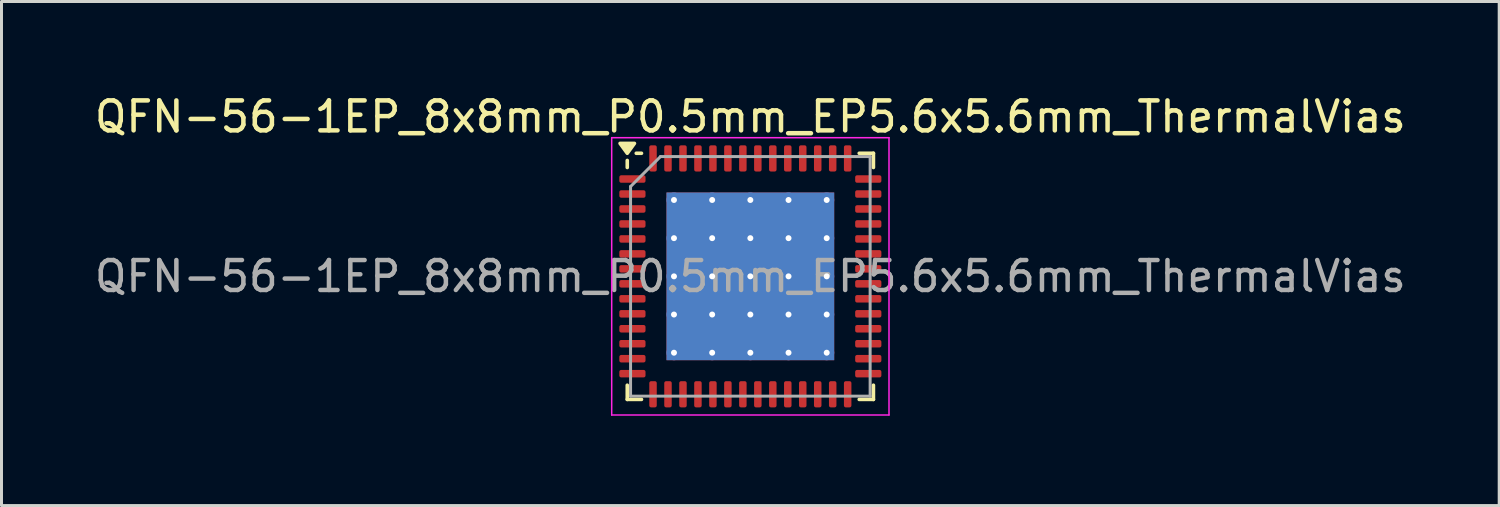
<source format=kicad_pcb>
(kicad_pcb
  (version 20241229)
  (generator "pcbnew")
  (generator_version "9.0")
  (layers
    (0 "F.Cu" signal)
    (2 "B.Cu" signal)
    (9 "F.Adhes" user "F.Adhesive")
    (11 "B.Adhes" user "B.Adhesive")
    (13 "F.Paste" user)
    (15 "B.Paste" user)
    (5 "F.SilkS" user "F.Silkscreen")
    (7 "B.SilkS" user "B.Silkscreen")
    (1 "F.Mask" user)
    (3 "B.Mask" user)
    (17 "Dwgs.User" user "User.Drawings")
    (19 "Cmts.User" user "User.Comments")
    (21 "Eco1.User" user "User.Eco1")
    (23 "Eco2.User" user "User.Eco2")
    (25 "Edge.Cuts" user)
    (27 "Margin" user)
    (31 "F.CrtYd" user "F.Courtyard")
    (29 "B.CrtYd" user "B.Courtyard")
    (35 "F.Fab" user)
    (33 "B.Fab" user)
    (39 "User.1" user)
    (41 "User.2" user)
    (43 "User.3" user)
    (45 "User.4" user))
  (footprint "QFN-56-1EP_8x8mm_P0.5mm_EP5.6x5.6mm_ThermalVias"
    (layer "F.Cu")
    (at 22.006 6.178)
    (property "Reference" "QFN-56-1EP_8x8mm_P0.5mm_EP5.6x5.6mm_ThermalVias" (at 0 -5.33 0) (layer "F.SilkS") (effects (font (size 1 1) (thickness 0.15))))
    (attr smd)
    (fp_line (start -4.11 -3.635) (end -4.11 -3.87) (stroke (width 0.12) (type solid)) (layer "F.SilkS"))
    (fp_line (start -4.11 4.11) (end -4.11 3.635) (stroke (width 0.12) (type solid)) (layer "F.SilkS"))
    (fp_line (start -3.635 -4.11) (end -3.81 -4.11) (stroke (width 0.12) (type solid)) (layer "F.SilkS"))
    (fp_line (start -3.635 4.11) (end -4.11 4.11) (stroke (width 0.12) (type solid)) (layer "F.SilkS"))
    (fp_line (start 3.635 -4.11) (end 4.11 -4.11) (stroke (width 0.12) (type solid)) (layer "F.SilkS"))
    (fp_line (start 3.635 4.11) (end 4.11 4.11) (stroke (width 0.12) (type solid)) (layer "F.SilkS"))
    (fp_line (start 4.11 -4.11) (end 4.11 -3.635) (stroke (width 0.12) (type solid)) (layer "F.SilkS"))
    (fp_line (start 4.11 4.11) (end 4.11 3.635) (stroke (width 0.12) (type solid)) (layer "F.SilkS"))
    (fp_poly (pts (xy -4.11 -4.11) (xy -4.35 -4.44) (xy -3.87 -4.44) (xy -4.11 -4.11)) (stroke (width 0.12) (type solid)) (fill yes) (layer "F.SilkS"))
    (fp_line (start -4.63 -4.63) (end -4.63 4.63) (stroke (width 0.05) (type solid)) (layer "F.CrtYd"))
    (fp_line (start -4.63 4.63) (end 4.63 4.63) (stroke (width 0.05) (type solid)) (layer "F.CrtYd"))
    (fp_line (start 4.63 -4.63) (end -4.63 -4.63) (stroke (width 0.05) (type solid)) (layer "F.CrtYd"))
    (fp_line (start 4.63 4.63) (end 4.63 -4.63) (stroke (width 0.05) (type solid)) (layer "F.CrtYd"))
    (fp_line (start -4 -3) (end -3 -4) (stroke (width 0.1) (type solid)) (layer "F.Fab"))
    (fp_line (start -4 4) (end -4 -3) (stroke (width 0.1) (type solid)) (layer "F.Fab"))
    (fp_line (start -3 -4) (end 4 -4) (stroke (width 0.1) (type solid)) (layer "F.Fab"))
    (fp_line (start 4 -4) (end 4 4) (stroke (width 0.1) (type solid)) (layer "F.Fab"))
    (fp_line (start 4 4) (end -4 4) (stroke (width 0.1) (type solid)) (layer "F.Fab"))
    (fp_text user "${REFERENCE}" (at 0 0 0) (layer "F.Fab") (effects (font (size 1 1) (thickness 0.15))))
    (pad "" smd roundrect (at -1.913 -1.913) (size 1.084 1.084) (layers "F.Paste") (roundrect_rratio 0.231))
    (pad "" smd roundrect (at -1.913 -0.637) (size 1.084 1.084) (layers "F.Paste") (roundrect_rratio 0.231))
    (pad "" smd roundrect (at -1.913 0.637) (size 1.084 1.084) (layers "F.Paste") (roundrect_rratio 0.231))
    (pad "" smd roundrect (at -1.913 1.913) (size 1.084 1.084) (layers "F.Paste") (roundrect_rratio 0.231))
    (pad "" smd roundrect (at -0.637 -1.913) (size 1.084 1.084) (layers "F.Paste") (roundrect_rratio 0.231))
    (pad "" smd roundrect (at -0.637 -0.637) (size 1.084 1.084) (layers "F.Paste") (roundrect_rratio 0.231))
    (pad "" smd roundrect (at -0.637 0.637) (size 1.084 1.084) (layers "F.Paste") (roundrect_rratio 0.231))
    (pad "" smd roundrect (at -0.637 1.913) (size 1.084 1.084) (layers "F.Paste") (roundrect_rratio 0.231))
    (pad "" smd roundrect (at 0.637 -1.913) (size 1.084 1.084) (layers "F.Paste") (roundrect_rratio 0.231))
    (pad "" smd roundrect (at 0.637 -0.637) (size 1.084 1.084) (layers "F.Paste") (roundrect_rratio 0.231))
    (pad "" smd roundrect (at 0.637 0.637) (size 1.084 1.084) (layers "F.Paste") (roundrect_rratio 0.231))
    (pad "" smd roundrect (at 0.637 1.913) (size 1.084 1.084) (layers "F.Paste") (roundrect_rratio 0.231))
    (pad "" smd roundrect (at 1.913 -1.913) (size 1.084 1.084) (layers "F.Paste") (roundrect_rratio 0.231))
    (pad "" smd roundrect (at 1.913 -0.637) (size 1.084 1.084) (layers "F.Paste") (roundrect_rratio 0.231))
    (pad "" smd roundrect (at 1.913 0.637) (size 1.084 1.084) (layers "F.Paste") (roundrect_rratio 0.231))
    (pad "" smd roundrect (at 1.913 1.913) (size 1.084 1.084) (layers "F.Paste") (roundrect_rratio 0.231))
    (pad "1" smd roundrect (at -3.938 -3.25) (size 0.875 0.25) (layers "F.Cu" "F.Mask" "F.Paste") (roundrect_rratio 0.25))
    (pad "2" smd roundrect (at -3.938 -2.75) (size 0.875 0.25) (layers "F.Cu" "F.Mask" "F.Paste") (roundrect_rratio 0.25))
    (pad "3" smd roundrect (at -3.938 -2.25) (size 0.875 0.25) (layers "F.Cu" "F.Mask" "F.Paste") (roundrect_rratio 0.25))
    (pad "4" smd roundrect (at -3.938 -1.75) (size 0.875 0.25) (layers "F.Cu" "F.Mask" "F.Paste") (roundrect_rratio 0.25))
    (pad "5" smd roundrect (at -3.938 -1.25) (size 0.875 0.25) (layers "F.Cu" "F.Mask" "F.Paste") (roundrect_rratio 0.25))
    (pad "6" smd roundrect (at -3.938 -0.75) (size 0.875 0.25) (layers "F.Cu" "F.Mask" "F.Paste") (roundrect_rratio 0.25))
    (pad "7" smd roundrect (at -3.938 -0.25) (size 0.875 0.25) (layers "F.Cu" "F.Mask" "F.Paste") (roundrect_rratio 0.25))
    (pad "8" smd roundrect (at -3.938 0.25) (size 0.875 0.25) (layers "F.Cu" "F.Mask" "F.Paste") (roundrect_rratio 0.25))
    (pad "9" smd roundrect (at -3.938 0.75) (size 0.875 0.25) (layers "F.Cu" "F.Mask" "F.Paste") (roundrect_rratio 0.25))
    (pad "10" smd roundrect (at -3.938 1.25) (size 0.875 0.25) (layers "F.Cu" "F.Mask" "F.Paste") (roundrect_rratio 0.25))
    (pad "11" smd roundrect (at -3.938 1.75) (size 0.875 0.25) (layers "F.Cu" "F.Mask" "F.Paste") (roundrect_rratio 0.25))
    (pad "12" smd roundrect (at -3.938 2.25) (size 0.875 0.25) (layers "F.Cu" "F.Mask" "F.Paste") (roundrect_rratio 0.25))
    (pad "13" smd roundrect (at -3.938 2.75) (size 0.875 0.25) (layers "F.Cu" "F.Mask" "F.Paste") (roundrect_rratio 0.25))
    (pad "14" smd roundrect (at -3.938 3.25) (size 0.875 0.25) (layers "F.Cu" "F.Mask" "F.Paste") (roundrect_rratio 0.25))
    (pad "15" smd roundrect (at -3.25 3.938) (size 0.25 0.875) (layers "F.Cu" "F.Mask" "F.Paste") (roundrect_rratio 0.25))
    (pad "16" smd roundrect (at -2.75 3.938) (size 0.25 0.875) (layers "F.Cu" "F.Mask" "F.Paste") (roundrect_rratio 0.25))
    (pad "17" smd roundrect (at -2.25 3.938) (size 0.25 0.875) (layers "F.Cu" "F.Mask" "F.Paste") (roundrect_rratio 0.25))
    (pad "18" smd roundrect (at -1.75 3.938) (size 0.25 0.875) (layers "F.Cu" "F.Mask" "F.Paste") (roundrect_rratio 0.25))
    (pad "19" smd roundrect (at -1.25 3.938) (size 0.25 0.875) (layers "F.Cu" "F.Mask" "F.Paste") (roundrect_rratio 0.25))
    (pad "20" smd roundrect (at -0.75 3.938) (size 0.25 0.875) (layers "F.Cu" "F.Mask" "F.Paste") (roundrect_rratio 0.25))
    (pad "21" smd roundrect (at -0.25 3.938) (size 0.25 0.875) (layers "F.Cu" "F.Mask" "F.Paste") (roundrect_rratio 0.25))
    (pad "22" smd roundrect (at 0.25 3.938) (size 0.25 0.875) (layers "F.Cu" "F.Mask" "F.Paste") (roundrect_rratio 0.25))
    (pad "23" smd roundrect (at 0.75 3.938) (size 0.25 0.875) (layers "F.Cu" "F.Mask" "F.Paste") (roundrect_rratio 0.25))
    (pad "24" smd roundrect (at 1.25 3.938) (size 0.25 0.875) (layers "F.Cu" "F.Mask" "F.Paste") (roundrect_rratio 0.25))
    (pad "25" smd roundrect (at 1.75 3.938) (size 0.25 0.875) (layers "F.Cu" "F.Mask" "F.Paste") (roundrect_rratio 0.25))
    (pad "26" smd roundrect (at 2.25 3.938) (size 0.25 0.875) (layers "F.Cu" "F.Mask" "F.Paste") (roundrect_rratio 0.25))
    (pad "27" smd roundrect (at 2.75 3.938) (size 0.25 0.875) (layers "F.Cu" "F.Mask" "F.Paste") (roundrect_rratio 0.25))
    (pad "28" smd roundrect (at 3.25 3.938) (size 0.25 0.875) (layers "F.Cu" "F.Mask" "F.Paste") (roundrect_rratio 0.25))
    (pad "29" smd roundrect (at 3.938 3.25) (size 0.875 0.25) (layers "F.Cu" "F.Mask" "F.Paste") (roundrect_rratio 0.25))
    (pad "30" smd roundrect (at 3.938 2.75) (size 0.875 0.25) (layers "F.Cu" "F.Mask" "F.Paste") (roundrect_rratio 0.25))
    (pad "31" smd roundrect (at 3.938 2.25) (size 0.875 0.25) (layers "F.Cu" "F.Mask" "F.Paste") (roundrect_rratio 0.25))
    (pad "32" smd roundrect (at 3.938 1.75) (size 0.875 0.25) (layers "F.Cu" "F.Mask" "F.Paste") (roundrect_rratio 0.25))
    (pad "33" smd roundrect (at 3.938 1.25) (size 0.875 0.25) (layers "F.Cu" "F.Mask" "F.Paste") (roundrect_rratio 0.25))
    (pad "34" smd roundrect (at 3.938 0.75) (size 0.875 0.25) (layers "F.Cu" "F.Mask" "F.Paste") (roundrect_rratio 0.25))
    (pad "35" smd roundrect (at 3.938 0.25) (size 0.875 0.25) (layers "F.Cu" "F.Mask" "F.Paste") (roundrect_rratio 0.25))
    (pad "36" smd roundrect (at 3.938 -0.25) (size 0.875 0.25) (layers "F.Cu" "F.Mask" "F.Paste") (roundrect_rratio 0.25))
    (pad "37" smd roundrect (at 3.938 -0.75) (size 0.875 0.25) (layers "F.Cu" "F.Mask" "F.Paste") (roundrect_rratio 0.25))
    (pad "38" smd roundrect (at 3.938 -1.25) (size 0.875 0.25) (layers "F.Cu" "F.Mask" "F.Paste") (roundrect_rratio 0.25))
    (pad "39" smd roundrect (at 3.938 -1.75) (size 0.875 0.25) (layers "F.Cu" "F.Mask" "F.Paste") (roundrect_rratio 0.25))
    (pad "40" smd roundrect (at 3.938 -2.25) (size 0.875 0.25) (layers "F.Cu" "F.Mask" "F.Paste") (roundrect_rratio 0.25))
    (pad "41" smd roundrect (at 3.938 -2.75) (size 0.875 0.25) (layers "F.Cu" "F.Mask" "F.Paste") (roundrect_rratio 0.25))
    (pad "42" smd roundrect (at 3.938 -3.25) (size 0.875 0.25) (layers "F.Cu" "F.Mask" "F.Paste") (roundrect_rratio 0.25))
    (pad "43" smd roundrect (at 3.25 -3.938) (size 0.25 0.875) (layers "F.Cu" "F.Mask" "F.Paste") (roundrect_rratio 0.25))
    (pad "44" smd roundrect (at 2.75 -3.938) (size 0.25 0.875) (layers "F.Cu" "F.Mask" "F.Paste") (roundrect_rratio 0.25))
    (pad "45" smd roundrect (at 2.25 -3.938) (size 0.25 0.875) (layers "F.Cu" "F.Mask" "F.Paste") (roundrect_rratio 0.25))
    (pad "46" smd roundrect (at 1.75 -3.938) (size 0.25 0.875) (layers "F.Cu" "F.Mask" "F.Paste") (roundrect_rratio 0.25))
    (pad "47" smd roundrect (at 1.25 -3.938) (size 0.25 0.875) (layers "F.Cu" "F.Mask" "F.Paste") (roundrect_rratio 0.25))
    (pad "48" smd roundrect (at 0.75 -3.938) (size 0.25 0.875) (layers "F.Cu" "F.Mask" "F.Paste") (roundrect_rratio 0.25))
    (pad "49" smd roundrect (at 0.25 -3.938) (size 0.25 0.875) (layers "F.Cu" "F.Mask" "F.Paste") (roundrect_rratio 0.25))
    (pad "50" smd roundrect (at -0.25 -3.938) (size 0.25 0.875) (layers "F.Cu" "F.Mask" "F.Paste") (roundrect_rratio 0.25))
    (pad "51" smd roundrect (at -0.75 -3.938) (size 0.25 0.875) (layers "F.Cu" "F.Mask" "F.Paste") (roundrect_rratio 0.25))
    (pad "52" smd roundrect (at -1.25 -3.938) (size 0.25 0.875) (layers "F.Cu" "F.Mask" "F.Paste") (roundrect_rratio 0.25))
    (pad "53" smd roundrect (at -1.75 -3.938) (size 0.25 0.875) (layers "F.Cu" "F.Mask" "F.Paste") (roundrect_rratio 0.25))
    (pad "54" smd roundrect (at -2.25 -3.938) (size 0.25 0.875) (layers "F.Cu" "F.Mask" "F.Paste") (roundrect_rratio 0.25))
    (pad "55" smd roundrect (at -2.75 -3.938) (size 0.25 0.875) (layers "F.Cu" "F.Mask" "F.Paste") (roundrect_rratio 0.25))
    (pad "56" smd roundrect (at -3.25 -3.938) (size 0.25 0.875) (layers "F.Cu" "F.Mask" "F.Paste") (roundrect_rratio 0.25))
    (pad "57" thru_hole circle (at -2.55 -2.55) (size 0.5 0.5) (drill 0.2) (property pad_prop_heatsink) (layers "*.Cu"))
    (pad "57" thru_hole circle (at -2.55 -1.275) (size 0.5 0.5) (drill 0.2) (property pad_prop_heatsink) (layers "*.Cu"))
    (pad "57" thru_hole circle (at -2.55 0) (size 0.5 0.5) (drill 0.2) (property pad_prop_heatsink) (layers "*.Cu"))
    (pad "57" thru_hole circle (at -2.55 1.275) (size 0.5 0.5) (drill 0.2) (property pad_prop_heatsink) (layers "*.Cu"))
    (pad "57" thru_hole circle (at -2.55 2.55) (size 0.5 0.5) (drill 0.2) (property pad_prop_heatsink) (layers "*.Cu"))
    (pad "57" thru_hole circle (at -1.275 -2.55) (size 0.5 0.5) (drill 0.2) (property pad_prop_heatsink) (layers "*.Cu"))
    (pad "57" thru_hole circle (at -1.275 -1.275) (size 0.5 0.5) (drill 0.2) (property pad_prop_heatsink) (layers "*.Cu"))
    (pad "57" thru_hole circle (at -1.275 0) (size 0.5 0.5) (drill 0.2) (property pad_prop_heatsink) (layers "*.Cu"))
    (pad "57" thru_hole circle (at -1.275 1.275) (size 0.5 0.5) (drill 0.2) (property pad_prop_heatsink) (layers "*.Cu"))
    (pad "57" thru_hole circle (at -1.275 2.55) (size 0.5 0.5) (drill 0.2) (property pad_prop_heatsink) (layers "*.Cu"))
    (pad "57" thru_hole circle (at 0 -2.55) (size 0.5 0.5) (drill 0.2) (property pad_prop_heatsink) (layers "*.Cu"))
    (pad "57" thru_hole circle (at 0 -1.275) (size 0.5 0.5) (drill 0.2) (property pad_prop_heatsink) (layers "*.Cu"))
    (pad "57" thru_hole circle (at 0 0) (size 0.5 0.5) (drill 0.2) (property pad_prop_heatsink) (layers "*.Cu"))
    (pad "57" smd rect (at 0 0) (size 5.6 5.6) (property pad_prop_heatsink) (layers "F.Cu" "F.Mask"))
    (pad "57" smd rect (at 0 0) (size 5.6 5.6) (property pad_prop_heatsink) (layers "B.Cu"))
    (pad "57" thru_hole circle (at 0 1.275) (size 0.5 0.5) (drill 0.2) (property pad_prop_heatsink) (layers "*.Cu"))
    (pad "57" thru_hole circle (at 0 2.55) (size 0.5 0.5) (drill 0.2) (property pad_prop_heatsink) (layers "*.Cu"))
    (pad "57" thru_hole circle (at 1.275 -2.55) (size 0.5 0.5) (drill 0.2) (property pad_prop_heatsink) (layers "*.Cu"))
    (pad "57" thru_hole circle (at 1.275 -1.275) (size 0.5 0.5) (drill 0.2) (property pad_prop_heatsink) (layers "*.Cu"))
    (pad "57" thru_hole circle (at 1.275 0) (size 0.5 0.5) (drill 0.2) (property pad_prop_heatsink) (layers "*.Cu"))
    (pad "57" thru_hole circle (at 1.275 1.275) (size 0.5 0.5) (drill 0.2) (property pad_prop_heatsink) (layers "*.Cu"))
    (pad "57" thru_hole circle (at 1.275 2.55) (size 0.5 0.5) (drill 0.2) (property pad_prop_heatsink) (layers "*.Cu"))
    (pad "57" thru_hole circle (at 2.55 -2.55) (size 0.5 0.5) (drill 0.2) (property pad_prop_heatsink) (layers "*.Cu"))
    (pad "57" thru_hole circle (at 2.55 -1.275) (size 0.5 0.5) (drill 0.2) (property pad_prop_heatsink) (layers "*.Cu"))
    (pad "57" thru_hole circle (at 2.55 0) (size 0.5 0.5) (drill 0.2) (property pad_prop_heatsink) (layers "*.Cu"))
    (pad "57" thru_hole circle (at 2.55 1.275) (size 0.5 0.5) (drill 0.2) (property pad_prop_heatsink) (layers "*.Cu"))
    (pad "57" thru_hole circle (at 2.55 2.55) (size 0.5 0.5) (drill 0.2) (property pad_prop_heatsink) (layers "*.Cu")))
  (gr_rect
    (start -3 -3)
    (end 47.012 13.833)
    (stroke (width 0.1) (type default))
    (fill no)
    (layer "Edge.Cuts")))
</source>
